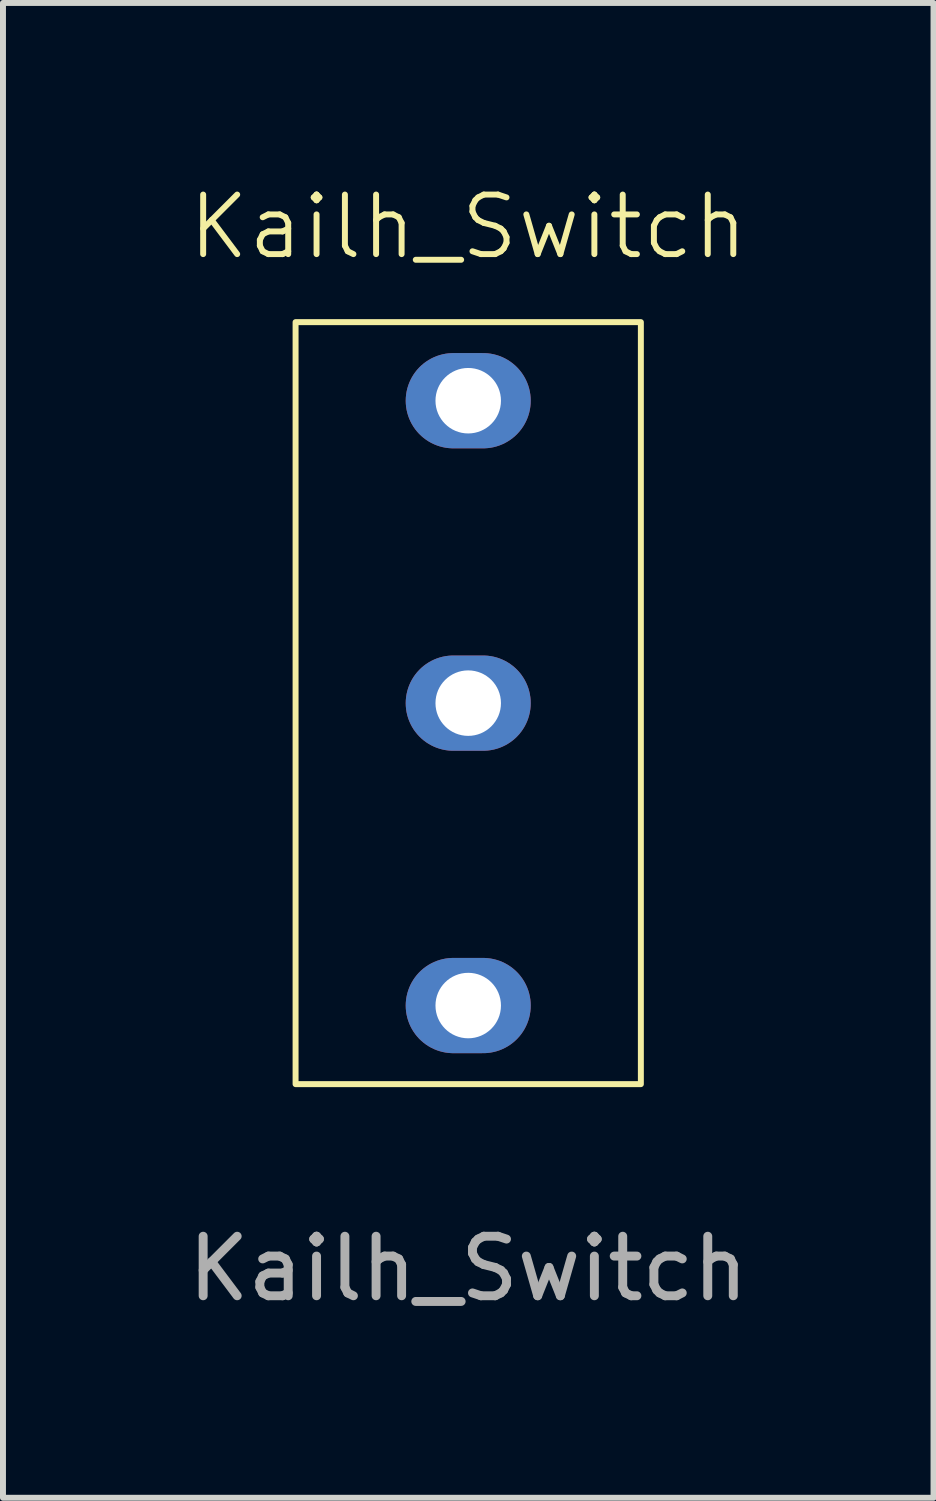
<source format=kicad_pcb>
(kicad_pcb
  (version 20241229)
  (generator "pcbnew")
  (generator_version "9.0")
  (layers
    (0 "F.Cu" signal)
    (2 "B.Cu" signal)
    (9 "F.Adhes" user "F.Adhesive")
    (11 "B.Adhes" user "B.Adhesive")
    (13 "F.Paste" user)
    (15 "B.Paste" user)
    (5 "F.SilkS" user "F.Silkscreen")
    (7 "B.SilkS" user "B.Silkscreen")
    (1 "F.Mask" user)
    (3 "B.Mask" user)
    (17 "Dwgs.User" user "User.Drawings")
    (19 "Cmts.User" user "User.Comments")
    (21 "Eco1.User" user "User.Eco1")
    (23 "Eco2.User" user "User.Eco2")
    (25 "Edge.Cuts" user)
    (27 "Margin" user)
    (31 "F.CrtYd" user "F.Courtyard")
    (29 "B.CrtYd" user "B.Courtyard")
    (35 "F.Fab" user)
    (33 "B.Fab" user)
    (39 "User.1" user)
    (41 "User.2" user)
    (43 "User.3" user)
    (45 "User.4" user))
  (footprint "Kailh_Switch"
    (layer "F.Cu")
    (at 4.815 8.761)
    (property "Reference" "Kailh_Switch" (at 0 -8 0) (unlocked yes) (layer "F.SilkS") (effects (font (size 1 1) (thickness 0.1))))
    (attr through_hole)
    (fp_rect (start -2.9 -6.4) (end 2.9 6.4) (stroke (width 0.1) (type default)) (fill no) (layer "F.SilkS"))
    (fp_text user "${REFERENCE}" (at 0 9.5 0) (unlocked yes) (layer "F.Fab") (effects (font (size 1 1) (thickness 0.15))))
    (pad "1" thru_hole oval (at 0 -5.08) (size 2.1 1.6) (drill 1.1) (layers "*.Cu" "*.Mask"))
    (pad "2" thru_hole oval (at 0 0) (size 2.1 1.6) (drill 1.1) (layers "*.Cu" "*.Mask"))
    (pad "3" thru_hole oval (at 0 5.08) (size 2.1 1.6) (drill 1.1) (layers "*.Cu" "*.Mask")))
  (gr_rect
    (start -3 -3)
    (end 12.631 22.109)
    (stroke (width 0.1) (type default))
    (fill no)
    (layer "Edge.Cuts")))
</source>
